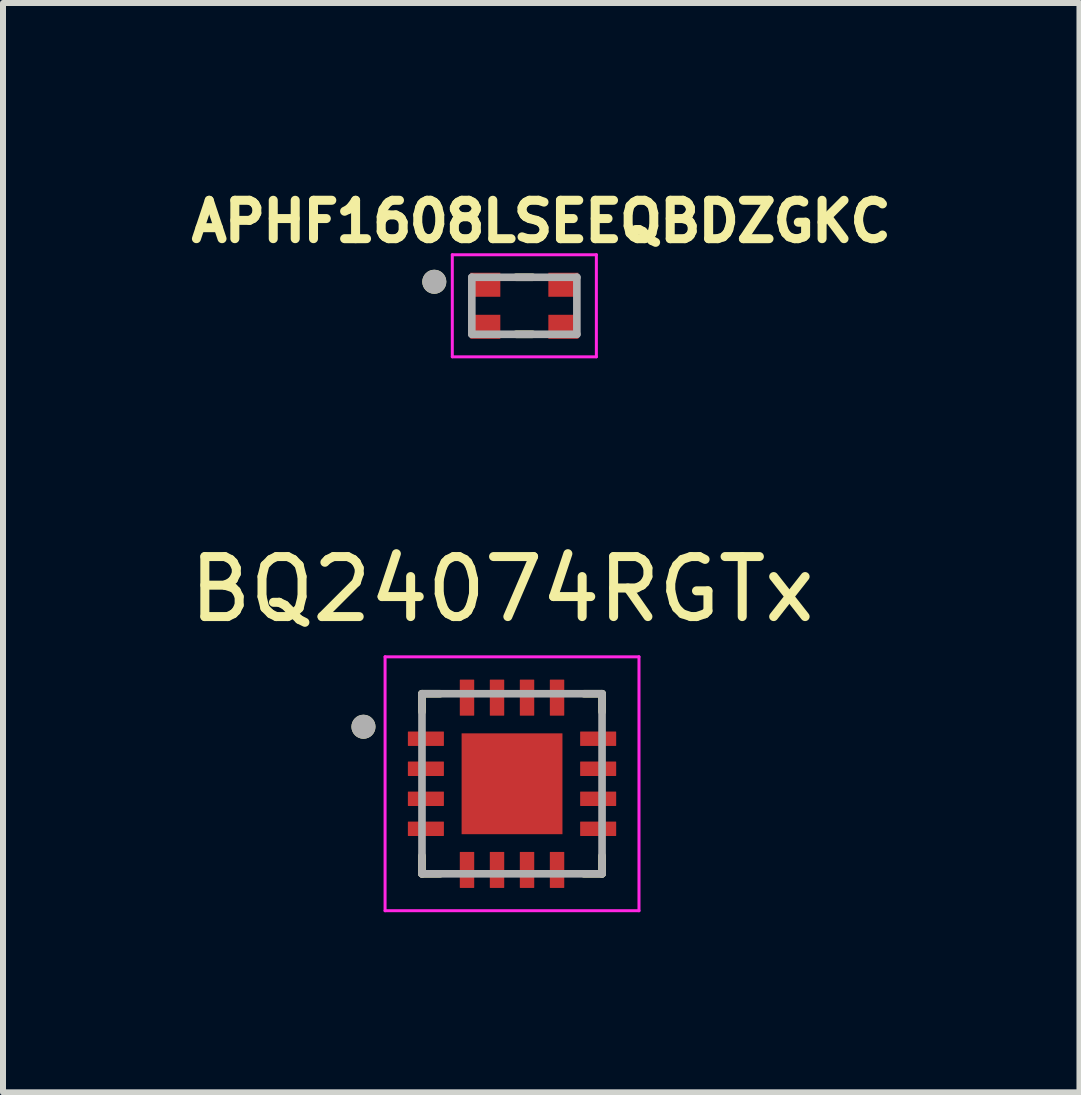
<source format=kicad_pcb>
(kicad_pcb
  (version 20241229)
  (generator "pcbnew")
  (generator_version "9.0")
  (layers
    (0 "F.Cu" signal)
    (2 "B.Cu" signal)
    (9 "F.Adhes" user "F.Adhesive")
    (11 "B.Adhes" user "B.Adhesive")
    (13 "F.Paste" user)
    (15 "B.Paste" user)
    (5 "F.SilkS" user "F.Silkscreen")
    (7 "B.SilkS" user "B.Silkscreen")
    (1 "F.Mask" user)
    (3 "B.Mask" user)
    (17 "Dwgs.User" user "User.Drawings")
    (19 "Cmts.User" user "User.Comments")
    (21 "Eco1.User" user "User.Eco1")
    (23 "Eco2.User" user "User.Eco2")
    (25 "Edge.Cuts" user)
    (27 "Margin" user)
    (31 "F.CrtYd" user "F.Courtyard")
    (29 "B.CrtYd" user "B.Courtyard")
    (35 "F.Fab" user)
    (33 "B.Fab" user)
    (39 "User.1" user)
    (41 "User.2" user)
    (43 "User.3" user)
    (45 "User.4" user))
  (footprint "APHF1608LSEEQBDZGKC"
    (layer "F.Cu")
    (at 5.685 2.044)
    (property "Reference" "APHF1608LSEEQBDZGKC" (at 0.282 -1.406 0) (layer "F.SilkS") (effects (font (size 0.64 0.64) (thickness 0.15))))
    (attr smd)
    (fp_line (start -0.137 -0.475) (end 0.137 -0.475) (stroke (width 0.127) (type solid)) (layer "F.SilkS"))
    (fp_line (start -0.137 0.475) (end 0.137 0.475) (stroke (width 0.127) (type solid)) (layer "F.SilkS"))
    (fp_circle (center -1.5 -0.4) (end -1.4 -0.4) (stroke (width 0.2) (type solid)) (fill no) (layer "F.SilkS"))
    (fp_line (start -1.2 -0.85) (end 1.2 -0.85) (stroke (width 0.05) (type solid)) (layer "F.CrtYd"))
    (fp_line (start -1.2 0.85) (end -1.2 -0.85) (stroke (width 0.05) (type solid)) (layer "F.CrtYd"))
    (fp_line (start 1.2 -0.85) (end 1.2 0.85) (stroke (width 0.05) (type solid)) (layer "F.CrtYd"))
    (fp_line (start 1.2 0.85) (end -1.2 0.85) (stroke (width 0.05) (type solid)) (layer "F.CrtYd"))
    (fp_line (start -0.875 -0.475) (end 0.875 -0.475) (stroke (width 0.127) (type solid)) (layer "F.Fab"))
    (fp_line (start -0.875 0.475) (end -0.875 -0.475) (stroke (width 0.127) (type solid)) (layer "F.Fab"))
    (fp_line (start 0.875 -0.475) (end 0.875 0.475) (stroke (width 0.127) (type solid)) (layer "F.Fab"))
    (fp_line (start 0.875 0.475) (end -0.875 0.475) (stroke (width 0.127) (type solid)) (layer "F.Fab"))
    (fp_circle (center -1.5 -0.4) (end -1.4 -0.4) (stroke (width 0.2) (type solid)) (fill no) (layer "F.Fab"))
    (pad "1" smd rect (at -0.65 -0.35) (size 0.5 0.4) (layers "F.Cu" "F.Mask" "F.Paste"))
    (pad "2" smd rect (at -0.65 0.35) (size 0.5 0.4) (layers "F.Cu" "F.Mask" "F.Paste"))
    (pad "3" smd rect (at 0.65 0.35) (size 0.5 0.4) (layers "F.Cu" "F.Mask" "F.Paste"))
    (pad "4" smd rect (at 0.65 -0.35) (size 0.5 0.4) (layers "F.Cu" "F.Mask" "F.Paste")))
  (footprint "BQ24074RGTx"
    (layer "F.Cu")
    (at 5.48 10.007)
    (property "Reference" "BQ24074RGTx" (at -0.165 -3.24 0) (layer "F.SilkS") (effects (font (size 1 1) (thickness 0.15))))
    (attr smd)
    (fp_line (start -1.5 -1.5) (end -1.5 -1.2) (stroke (width 0.127) (type solid)) (layer "F.SilkS"))
    (fp_line (start -1.5 -1.5) (end -1.2 -1.5) (stroke (width 0.127) (type solid)) (layer "F.SilkS"))
    (fp_line (start -1.5 1.5) (end -1.5 1.2) (stroke (width 0.127) (type solid)) (layer "F.SilkS"))
    (fp_line (start -1.5 1.5) (end -1.2 1.5) (stroke (width 0.127) (type solid)) (layer "F.SilkS"))
    (fp_line (start 1.5 -1.5) (end 1.2 -1.5) (stroke (width 0.127) (type solid)) (layer "F.SilkS"))
    (fp_line (start 1.5 -1.5) (end 1.5 -1.2) (stroke (width 0.127) (type solid)) (layer "F.SilkS"))
    (fp_line (start 1.5 1.5) (end 1.2 1.5) (stroke (width 0.127) (type solid)) (layer "F.SilkS"))
    (fp_line (start 1.5 1.5) (end 1.5 1.2) (stroke (width 0.127) (type solid)) (layer "F.SilkS"))
    (fp_circle (center -2.475 -0.95) (end -2.375 -0.95) (stroke (width 0.2) (type solid)) (fill no) (layer "F.SilkS"))
    (fp_poly (pts (xy -0.53 -0.53) (xy 0.53 -0.53) (xy 0.53 0.53) (xy -0.53 0.53)) (stroke (width 0.01) (type solid)) (fill yes) (layer "F.Paste"))
    (fp_line (start -2.115 -2.115) (end 2.115 -2.115) (stroke (width 0.05) (type solid)) (layer "F.CrtYd"))
    (fp_line (start -2.115 2.115) (end -2.115 -2.115) (stroke (width 0.05) (type solid)) (layer "F.CrtYd"))
    (fp_line (start -2.115 2.115) (end 2.115 2.115) (stroke (width 0.05) (type solid)) (layer "F.CrtYd"))
    (fp_line (start 2.115 2.115) (end 2.115 -2.115) (stroke (width 0.05) (type solid)) (layer "F.CrtYd"))
    (fp_line (start -1.5 1.5) (end -1.5 -1.5) (stroke (width 0.127) (type solid)) (layer "F.Fab"))
    (fp_line (start 1.5 -1.5) (end -1.5 -1.5) (stroke (width 0.127) (type solid)) (layer "F.Fab"))
    (fp_line (start 1.5 1.5) (end -1.5 1.5) (stroke (width 0.127) (type solid)) (layer "F.Fab"))
    (fp_line (start 1.5 1.5) (end 1.5 -1.5) (stroke (width 0.127) (type solid)) (layer "F.Fab"))
    (fp_circle (center -2.475 -0.95) (end -2.375 -0.95) (stroke (width 0.2) (type solid)) (fill no) (layer "F.Fab"))
    (pad "1" smd roundrect (at -1.435 -0.75) (size 0.6 0.24) (layers "F.Cu" "F.Mask" "F.Paste") (roundrect_rratio 0.03))
    (pad "2" smd roundrect (at -1.435 -0.25) (size 0.6 0.24) (layers "F.Cu" "F.Mask" "F.Paste") (roundrect_rratio 0.03))
    (pad "3" smd roundrect (at -1.435 0.25) (size 0.6 0.24) (layers "F.Cu" "F.Mask" "F.Paste") (roundrect_rratio 0.03))
    (pad "4" smd roundrect (at -1.435 0.75) (size 0.6 0.24) (layers "F.Cu" "F.Mask" "F.Paste") (roundrect_rratio 0.03))
    (pad "5" smd roundrect (at -0.75 1.435 90) (size 0.6 0.24) (layers "F.Cu" "F.Mask" "F.Paste") (roundrect_rratio 0.03))
    (pad "6" smd roundrect (at -0.25 1.435 90) (size 0.6 0.24) (layers "F.Cu" "F.Mask" "F.Paste") (roundrect_rratio 0.03))
    (pad "7" smd roundrect (at 0.25 1.435 90) (size 0.6 0.24) (layers "F.Cu" "F.Mask" "F.Paste") (roundrect_rratio 0.03))
    (pad "8" smd roundrect (at 0.75 1.435 90) (size 0.6 0.24) (layers "F.Cu" "F.Mask" "F.Paste") (roundrect_rratio 0.03))
    (pad "9" smd roundrect (at 1.435 0.75) (size 0.6 0.24) (layers "F.Cu" "F.Mask" "F.Paste") (roundrect_rratio 0.03))
    (pad "10" smd roundrect (at 1.435 0.25) (size 0.6 0.24) (layers "F.Cu" "F.Mask" "F.Paste") (roundrect_rratio 0.03))
    (pad "11" smd roundrect (at 1.435 -0.25) (size 0.6 0.24) (layers "F.Cu" "F.Mask" "F.Paste") (roundrect_rratio 0.03))
    (pad "12" smd roundrect (at 1.435 -0.75) (size 0.6 0.24) (layers "F.Cu" "F.Mask" "F.Paste") (roundrect_rratio 0.03))
    (pad "13" smd roundrect (at 0.75 -1.435 90) (size 0.6 0.24) (layers "F.Cu" "F.Mask" "F.Paste") (roundrect_rratio 0.03))
    (pad "14" smd roundrect (at 0.25 -1.435 90) (size 0.6 0.24) (layers "F.Cu" "F.Mask" "F.Paste") (roundrect_rratio 0.03))
    (pad "15" smd roundrect (at -0.25 -1.435 90) (size 0.6 0.24) (layers "F.Cu" "F.Mask" "F.Paste") (roundrect_rratio 0.03))
    (pad "16" smd roundrect (at -0.75 -1.435 90) (size 0.6 0.24) (layers "F.Cu" "F.Mask" "F.Paste") (roundrect_rratio 0.03))
    (pad "17" smd rect (at 0 0) (size 1.68 1.68) (layers "F.Cu" "F.Mask")))
  (gr_rect
    (start -3 -3)
    (end 14.933 15.147)
    (stroke (width 0.1) (type default))
    (fill no)
    (layer "Edge.Cuts")))
</source>
